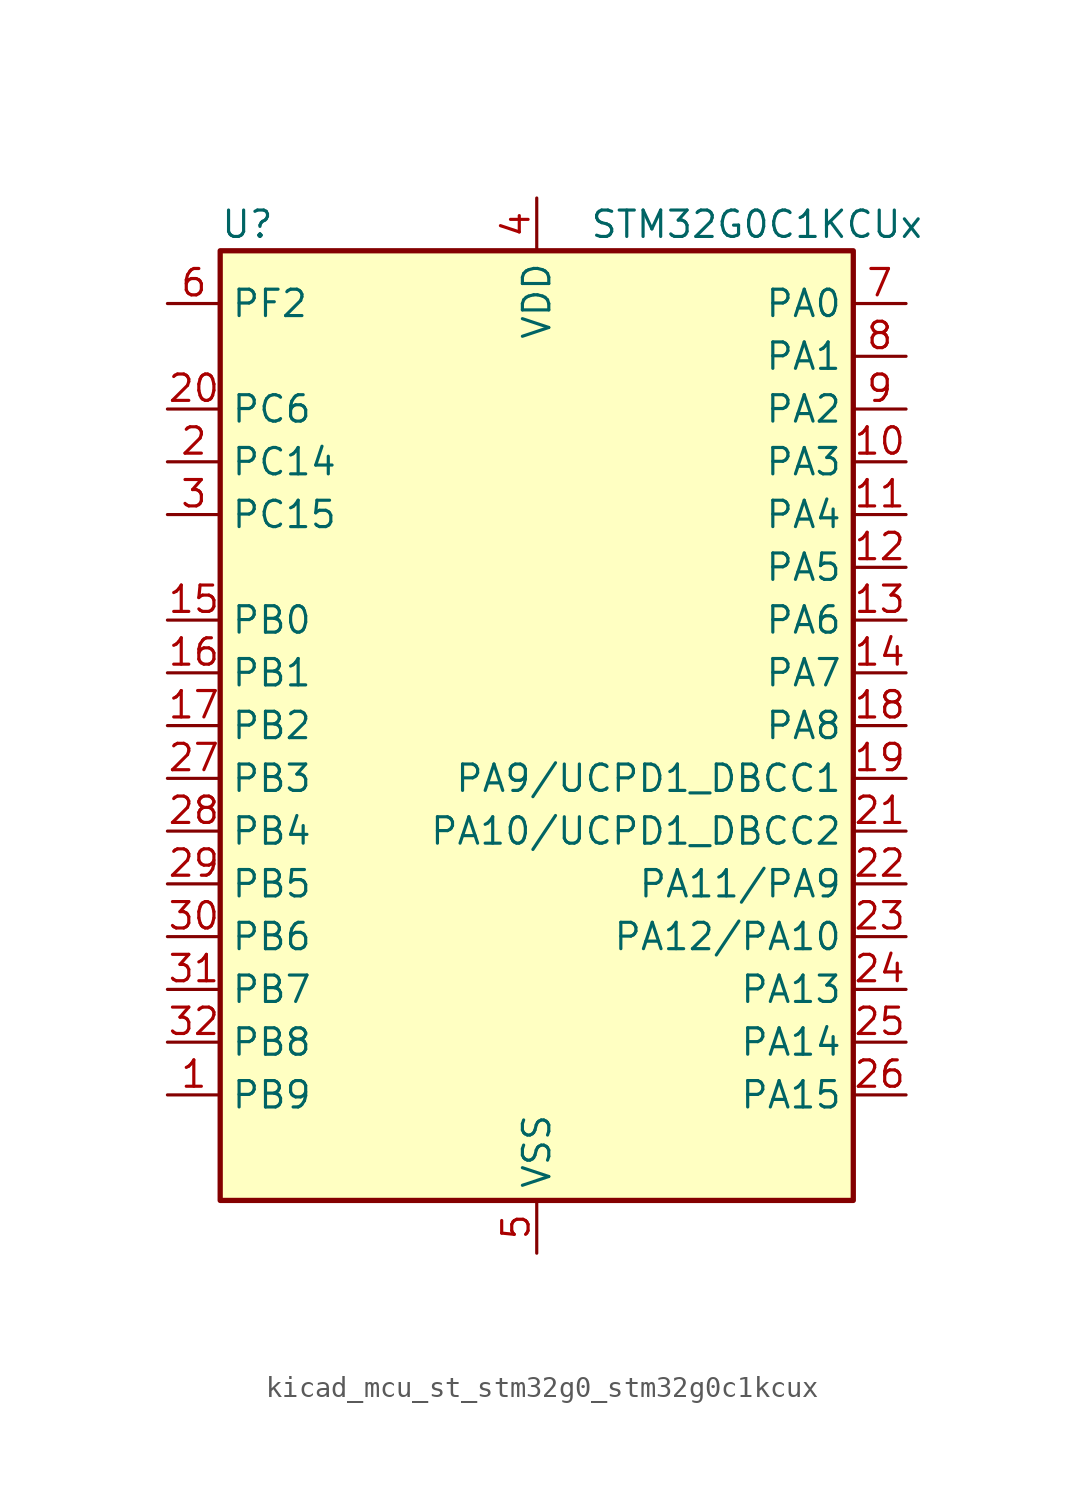
<source format=kicad_sym>
(kicad_symbol_lib
  (version 20220914)
  (generator kicad_symbol_editor)
  (symbol "kicad_mcu_st_stm32g0_stm32g0c1kcux"
    (property "Reference" "U"
      (at -15.24 24.13 0)
      (effects (font (size 1.27 1.27)) (justify left)))
    (property "Value" "STM32G0C1KCUx"
      (at 2.54 24.13 0)
      (effects (font (size 1.27 1.27)) (justify left)))
    (property "ki_locked" ""
      (at 0 0 0)
      (effects (font (size 1.27 1.27))))
    (symbol "kicad_mcu_st_stm32g0_stm32g0c1kcux_0_1"
      (rectangle (start -15.24 -22.86) (end 15.24 22.86) (stroke (width 0.254) (type default)) (fill (type background))))
    (symbol "kicad_mcu_st_stm32g0_stm32g0c1kcux_1_1"
      (pin bidirectional line (at -17.78 -17.78 0) (length 2.54) (name "PB9" (effects (font (size 1.27 1.27)))) (number "1" (effects (font (size 1.27 1.27)))) (alternate "DAC1_EXTI9" bidirectional line) (alternate "FDCAN1_TX" bidirectional line) (alternate "I2C1_SDA" bidirectional line) (alternate "I2S2_WS" bidirectional line) (alternate "IR_OUT" bidirectional line) (alternate "SPI2_NSS" bidirectional line) (alternate "TIM17_CH1" bidirectional line) (alternate "TIM4_CH4" bidirectional line) (alternate "USART3_RX" bidirectional line) (alternate "USART6_RX" bidirectional line))
      (pin bidirectional line (at 17.78 12.7 180) (length 2.54) (name "PA3" (effects (font (size 1.27 1.27)))) (number "10" (effects (font (size 1.27 1.27)))) (alternate "ADC1_IN3" bidirectional line) (alternate "COMP2_INP" bidirectional line) (alternate "I2S2_MCK" bidirectional line) (alternate "LPUART1_RX" bidirectional line) (alternate "SPI2_MISO" bidirectional line) (alternate "TIM15_CH2" bidirectional line) (alternate "TIM2_CH4" bidirectional line) (alternate "USART2_RX" bidirectional line))
      (pin bidirectional line (at 17.78 10.16 180) (length 2.54) (name "PA4" (effects (font (size 1.27 1.27)))) (number "11" (effects (font (size 1.27 1.27)))) (alternate "ADC1_IN4" bidirectional line) (alternate "DAC1_OUT1" bidirectional line) (alternate "I2S1_WS" bidirectional line) (alternate "I2S2_SD" bidirectional line) (alternate "LPTIM2_OUT" bidirectional line) (alternate "RTC_OUT1" bidirectional line) (alternate "RTC_TAMP_IN1" bidirectional line) (alternate "RTC_TS" bidirectional line) (alternate "SPI1_NSS" bidirectional line) (alternate "SPI2_MOSI" bidirectional line) (alternate "SPI3_NSS" bidirectional line) (alternate "SYS_WKUP2" bidirectional line) (alternate "TIM14_CH1" bidirectional line) (alternate "USART6_TX" bidirectional line) (alternate "USB_NOE" bidirectional line))
      (pin bidirectional line (at 17.78 7.62 180) (length 2.54) (name "PA5" (effects (font (size 1.27 1.27)))) (number "12" (effects (font (size 1.27 1.27)))) (alternate "ADC1_IN5" bidirectional line) (alternate "CEC" bidirectional line) (alternate "DAC1_OUT2" bidirectional line) (alternate "I2S1_CK" bidirectional line) (alternate "LPTIM2_ETR" bidirectional line) (alternate "SPI1_SCK" bidirectional line) (alternate "TIM2_CH1" bidirectional line) (alternate "TIM2_ETR" bidirectional line) (alternate "UCPD1_FRSTX1" bidirectional line) (alternate "UCPD1_FRSTX2" bidirectional line) (alternate "USART3_TX" bidirectional line) (alternate "USART6_RX" bidirectional line))
      (pin bidirectional line (at 17.78 5.08 180) (length 2.54) (name "PA6" (effects (font (size 1.27 1.27)))) (number "13" (effects (font (size 1.27 1.27)))) (alternate "ADC1_IN6" bidirectional line) (alternate "COMP1_OUT" bidirectional line) (alternate "I2C2_SDA" bidirectional line) (alternate "I2C3_SDA" bidirectional line) (alternate "I2S1_MCK" bidirectional line) (alternate "LPUART1_CTS" bidirectional line) (alternate "SPI1_MISO" bidirectional line) (alternate "TIM16_CH1" bidirectional line) (alternate "TIM1_BK" bidirectional line) (alternate "TIM3_CH1" bidirectional line) (alternate "USART3_CTS" bidirectional line) (alternate "USART3_NSS" bidirectional line) (alternate "USART6_CTS" bidirectional line) (alternate "USART6_NSS" bidirectional line))
      (pin bidirectional line (at 17.78 2.54 180) (length 2.54) (name "PA7" (effects (font (size 1.27 1.27)))) (number "14" (effects (font (size 1.27 1.27)))) (alternate "ADC1_IN7" bidirectional line) (alternate "COMP2_OUT" bidirectional line) (alternate "I2C2_SCL" bidirectional line) (alternate "I2C3_SCL" bidirectional line) (alternate "I2S1_SD" bidirectional line) (alternate "SPI1_MOSI" bidirectional line) (alternate "TIM14_CH1" bidirectional line) (alternate "TIM17_CH1" bidirectional line) (alternate "TIM1_CH1N" bidirectional line) (alternate "TIM3_CH2" bidirectional line) (alternate "UCPD1_FRSTX1" bidirectional line) (alternate "UCPD1_FRSTX2" bidirectional line) (alternate "USART6_CK" bidirectional line) (alternate "USART6_DE" bidirectional line) (alternate "USART6_RTS" bidirectional line))
      (pin bidirectional line (at -17.78 5.08 0) (length 2.54) (name "PB0" (effects (font (size 1.27 1.27)))) (number "15" (effects (font (size 1.27 1.27)))) (alternate "ADC1_IN8" bidirectional line) (alternate "COMP1_OUT" bidirectional line) (alternate "COMP3_INP" bidirectional line) (alternate "FDCAN2_RX" bidirectional line) (alternate "I2S1_WS" bidirectional line) (alternate "LPTIM1_OUT" bidirectional line) (alternate "LPUART2_CTS" bidirectional line) (alternate "SPI1_NSS" bidirectional line) (alternate "TIM1_CH2N" bidirectional line) (alternate "TIM3_CH3" bidirectional line) (alternate "UCPD1_FRSTX1" bidirectional line) (alternate "UCPD1_FRSTX2" bidirectional line) (alternate "USART3_RX" bidirectional line) (alternate "USART5_TX" bidirectional line))
      (pin bidirectional line (at -17.78 2.54 0) (length 2.54) (name "PB1" (effects (font (size 1.27 1.27)))) (number "16" (effects (font (size 1.27 1.27)))) (alternate "ADC1_IN9" bidirectional line) (alternate "COMP1_INM" bidirectional line) (alternate "COMP3_OUT" bidirectional line) (alternate "FDCAN2_TX" bidirectional line) (alternate "LPTIM2_IN1" bidirectional line) (alternate "LPUART1_DE" bidirectional line) (alternate "LPUART1_RTS" bidirectional line) (alternate "LPUART2_DE" bidirectional line) (alternate "LPUART2_RTS" bidirectional line) (alternate "TIM14_CH1" bidirectional line) (alternate "TIM1_CH3N" bidirectional line) (alternate "TIM3_CH4" bidirectional line) (alternate "USART3_CK" bidirectional line) (alternate "USART3_DE" bidirectional line) (alternate "USART3_RTS" bidirectional line) (alternate "USART5_RX" bidirectional line))
      (pin bidirectional line (at -17.78 0 0) (length 2.54) (name "PB2" (effects (font (size 1.27 1.27)))) (number "17" (effects (font (size 1.27 1.27)))) (alternate "ADC1_IN10" bidirectional line) (alternate "COMP1_INP" bidirectional line) (alternate "COMP3_INM" bidirectional line) (alternate "I2S2_MCK" bidirectional line) (alternate "LPTIM1_OUT" bidirectional line) (alternate "RCC_MCO_2" bidirectional line) (alternate "SPI2_MISO" bidirectional line) (alternate "USART3_TX" bidirectional line))
      (pin bidirectional line (at 17.78 0 180) (length 2.54) (name "PA8" (effects (font (size 1.27 1.27)))) (number "18" (effects (font (size 1.27 1.27)))) (alternate "CRS1_SYNC" bidirectional line) (alternate "I2C2_SMBA" bidirectional line) (alternate "I2S2_WS" bidirectional line) (alternate "LPTIM2_OUT" bidirectional line) (alternate "RCC_MCO" bidirectional line) (alternate "SPI2_NSS" bidirectional line) (alternate "TIM1_CH1" bidirectional line) (alternate "UCPD1_CC1" bidirectional line))
      (pin bidirectional line (at 17.78 -2.54 180) (length 2.54) (name "PA9/UCPD1_DBCC1" (effects (font (size 1.27 1.27)))) (number "19" (effects (font (size 1.27 1.27)))) (alternate "DAC1_EXTI9" bidirectional line) (alternate "I2C1_SCL" bidirectional line) (alternate "I2C2_SCL" bidirectional line) (alternate "I2S2_MCK" bidirectional line) (alternate "RCC_MCO" bidirectional line) (alternate "SPI2_MISO" bidirectional line) (alternate "TIM15_BK" bidirectional line) (alternate "TIM1_CH2" bidirectional line) (alternate "UCPD1_DBCC1" bidirectional line) (alternate "USART1_TX" bidirectional line))
      (pin bidirectional line (at -17.78 12.7 0) (length 2.54) (name "PC14" (effects (font (size 1.27 1.27)))) (number "2" (effects (font (size 1.27 1.27)))) (alternate "RCC_OSC32_IN" bidirectional line) (alternate "RCC_OSC_IN" bidirectional line) (alternate "TIM1_BK2" bidirectional line))
      (pin bidirectional line (at -17.78 15.24 0) (length 2.54) (name "PC6" (effects (font (size 1.27 1.27)))) (number "20" (effects (font (size 1.27 1.27)))) (alternate "LPUART2_TX" bidirectional line) (alternate "TIM2_CH3" bidirectional line) (alternate "TIM3_CH1" bidirectional line) (alternate "UCPD1_FRSTX1" bidirectional line) (alternate "UCPD1_FRSTX2" bidirectional line))
      (pin bidirectional line (at 17.78 -5.08 180) (length 2.54) (name "PA10/UCPD1_DBCC2" (effects (font (size 1.27 1.27)))) (number "21" (effects (font (size 1.27 1.27)))) (alternate "I2C1_SDA" bidirectional line) (alternate "I2C2_SDA" bidirectional line) (alternate "I2S2_SD" bidirectional line) (alternate "RCC_MCO_2" bidirectional line) (alternate "SPI2_MOSI" bidirectional line) (alternate "TIM17_BK" bidirectional line) (alternate "TIM1_CH3" bidirectional line) (alternate "UCPD1_DBCC2" bidirectional line) (alternate "USART1_RX" bidirectional line))
      (pin bidirectional line (at 17.78 -7.62 180) (length 2.54) (name "PA11/PA9" (effects (font (size 1.27 1.27)))) (number "22" (effects (font (size 1.27 1.27)))) (alternate "ADC1_EXTI11" bidirectional line) (alternate "COMP1_OUT" bidirectional line) (alternate "FDCAN1_RX" bidirectional line) (alternate "I2C2_SCL" bidirectional line) (alternate "I2S1_MCK" bidirectional line) (alternate "SPI1_MISO" bidirectional line) (alternate "TIM1_BK2" bidirectional line) (alternate "TIM1_CH4" bidirectional line) (alternate "USART1_CTS" bidirectional line) (alternate "USART1_NSS" bidirectional line) (alternate "USB_DM" bidirectional line))
      (pin bidirectional line (at 17.78 -10.16 180) (length 2.54) (name "PA12/PA10" (effects (font (size 1.27 1.27)))) (number "23" (effects (font (size 1.27 1.27)))) (alternate "COMP2_OUT" bidirectional line) (alternate "FDCAN1_TX" bidirectional line) (alternate "I2C2_SDA" bidirectional line) (alternate "I2S1_SD" bidirectional line) (alternate "I2S_CKIN" bidirectional line) (alternate "SPI1_MOSI" bidirectional line) (alternate "TIM1_ETR" bidirectional line) (alternate "USART1_CK" bidirectional line) (alternate "USART1_DE" bidirectional line) (alternate "USART1_RTS" bidirectional line) (alternate "USB_DP" bidirectional line))
      (pin bidirectional line (at 17.78 -12.7 180) (length 2.54) (name "PA13" (effects (font (size 1.27 1.27)))) (number "24" (effects (font (size 1.27 1.27)))) (alternate "IR_OUT" bidirectional line) (alternate "LPUART2_RX" bidirectional line) (alternate "SYS_SWDIO" bidirectional line) (alternate "USB_NOE" bidirectional line))
      (pin bidirectional line (at 17.78 -15.24 180) (length 2.54) (name "PA14" (effects (font (size 1.27 1.27)))) (number "25" (effects (font (size 1.27 1.27)))) (alternate "LPUART2_TX" bidirectional line) (alternate "SYS_SWCLK" bidirectional line) (alternate "USART2_TX" bidirectional line))
      (pin bidirectional line (at 17.78 -17.78 180) (length 2.54) (name "PA15" (effects (font (size 1.27 1.27)))) (number "26" (effects (font (size 1.27 1.27)))) (alternate "I2C2_SMBA" bidirectional line) (alternate "I2S1_WS" bidirectional line) (alternate "RCC_MCO_2" bidirectional line) (alternate "SPI1_NSS" bidirectional line) (alternate "SPI3_NSS" bidirectional line) (alternate "TIM2_CH1" bidirectional line) (alternate "TIM2_ETR" bidirectional line) (alternate "USART2_RX" bidirectional line) (alternate "USART3_CK" bidirectional line) (alternate "USART3_DE" bidirectional line) (alternate "USART3_RTS" bidirectional line) (alternate "USART4_CK" bidirectional line) (alternate "USART4_DE" bidirectional line) (alternate "USART4_RTS" bidirectional line) (alternate "USB_NOE" bidirectional line))
      (pin bidirectional line (at -17.78 -2.54 0) (length 2.54) (name "PB3" (effects (font (size 1.27 1.27)))) (number "27" (effects (font (size 1.27 1.27)))) (alternate "COMP2_INM" bidirectional line) (alternate "I2C2_SCL" bidirectional line) (alternate "I2C3_SCL" bidirectional line) (alternate "I2S1_CK" bidirectional line) (alternate "SPI1_SCK" bidirectional line) (alternate "SPI3_SCK" bidirectional line) (alternate "TIM1_CH2" bidirectional line) (alternate "TIM2_CH2" bidirectional line) (alternate "USART1_CK" bidirectional line) (alternate "USART1_DE" bidirectional line) (alternate "USART1_RTS" bidirectional line) (alternate "USART5_TX" bidirectional line))
      (pin bidirectional line (at -17.78 -5.08 0) (length 2.54) (name "PB4" (effects (font (size 1.27 1.27)))) (number "28" (effects (font (size 1.27 1.27)))) (alternate "COMP2_INP" bidirectional line) (alternate "I2C2_SDA" bidirectional line) (alternate "I2C3_SDA" bidirectional line) (alternate "I2S1_MCK" bidirectional line) (alternate "SPI1_MISO" bidirectional line) (alternate "SPI3_MISO" bidirectional line) (alternate "TIM17_BK" bidirectional line) (alternate "TIM3_CH1" bidirectional line) (alternate "USART1_CTS" bidirectional line) (alternate "USART1_NSS" bidirectional line) (alternate "USART5_RX" bidirectional line))
      (pin bidirectional line (at -17.78 -7.62 0) (length 2.54) (name "PB5" (effects (font (size 1.27 1.27)))) (number "29" (effects (font (size 1.27 1.27)))) (alternate "COMP2_OUT" bidirectional line) (alternate "FDCAN2_RX" bidirectional line) (alternate "I2C1_SMBA" bidirectional line) (alternate "I2S1_SD" bidirectional line) (alternate "LPTIM1_IN1" bidirectional line) (alternate "SPI1_MOSI" bidirectional line) (alternate "SPI3_MOSI" bidirectional line) (alternate "SYS_WKUP6" bidirectional line) (alternate "TIM16_BK" bidirectional line) (alternate "TIM3_CH2" bidirectional line) (alternate "USART5_CK" bidirectional line) (alternate "USART5_DE" bidirectional line) (alternate "USART5_RTS" bidirectional line))
      (pin bidirectional line (at -17.78 10.16 0) (length 2.54) (name "PC15" (effects (font (size 1.27 1.27)))) (number "3" (effects (font (size 1.27 1.27)))) (alternate "RCC_OSC32_EN" bidirectional line) (alternate "RCC_OSC32_OUT" bidirectional line) (alternate "RCC_OSC_EN" bidirectional line) (alternate "TIM15_BK" bidirectional line))
      (pin bidirectional line (at -17.78 -10.16 0) (length 2.54) (name "PB6" (effects (font (size 1.27 1.27)))) (number "30" (effects (font (size 1.27 1.27)))) (alternate "COMP2_INP" bidirectional line) (alternate "FDCAN2_TX" bidirectional line) (alternate "I2C1_SCL" bidirectional line) (alternate "I2S2_MCK" bidirectional line) (alternate "LPTIM1_ETR" bidirectional line) (alternate "LPUART2_TX" bidirectional line) (alternate "SPI2_MISO" bidirectional line) (alternate "TIM16_CH1N" bidirectional line) (alternate "TIM1_CH3" bidirectional line) (alternate "TIM4_CH1" bidirectional line) (alternate "USART1_TX" bidirectional line) (alternate "USART5_CTS" bidirectional line) (alternate "USART5_NSS" bidirectional line))
      (pin bidirectional line (at -17.78 -12.7 0) (length 2.54) (name "PB7" (effects (font (size 1.27 1.27)))) (number "31" (effects (font (size 1.27 1.27)))) (alternate "COMP2_INM" bidirectional line) (alternate "I2C1_SDA" bidirectional line) (alternate "I2S2_SD" bidirectional line) (alternate "LPTIM1_IN2" bidirectional line) (alternate "LPUART2_RX" bidirectional line) (alternate "SPI2_MOSI" bidirectional line) (alternate "SYS_PVD_IN" bidirectional line) (alternate "TIM17_CH1N" bidirectional line) (alternate "TIM4_CH2" bidirectional line) (alternate "USART1_RX" bidirectional line) (alternate "USART4_CTS" bidirectional line) (alternate "USART4_NSS" bidirectional line))
      (pin bidirectional line (at -17.78 -15.24 0) (length 2.54) (name "PB8" (effects (font (size 1.27 1.27)))) (number "32" (effects (font (size 1.27 1.27)))) (alternate "CEC" bidirectional line) (alternate "FDCAN1_RX" bidirectional line) (alternate "I2C1_SCL" bidirectional line) (alternate "I2S2_CK" bidirectional line) (alternate "SPI2_SCK" bidirectional line) (alternate "TIM15_BK" bidirectional line) (alternate "TIM16_CH1" bidirectional line) (alternate "TIM4_CH3" bidirectional line) (alternate "USART3_TX" bidirectional line) (alternate "USART6_TX" bidirectional line))
      (pin passive line (at 0 -25.4 90) (length 2.54) hide (name "VSS" (effects (font (size 1.27 1.27)))) (number "33" (effects (font (size 1.27 1.27)))))
      (pin power_in line (at 0 25.4 270) (length 2.54) (name "VDD" (effects (font (size 1.27 1.27)))) (number "4" (effects (font (size 1.27 1.27)))))
      (pin power_in line (at 0 -25.4 90) (length 2.54) (name "VSS" (effects (font (size 1.27 1.27)))) (number "5" (effects (font (size 1.27 1.27)))))
      (pin bidirectional line (at -17.78 20.32 0) (length 2.54) (name "PF2" (effects (font (size 1.27 1.27)))) (number "6" (effects (font (size 1.27 1.27)))) (alternate "LPUART2_DE" bidirectional line) (alternate "LPUART2_RTS" bidirectional line) (alternate "LPUART2_TX" bidirectional line) (alternate "RCC_MCO" bidirectional line))
      (pin bidirectional line (at 17.78 20.32 180) (length 2.54) (name "PA0" (effects (font (size 1.27 1.27)))) (number "7" (effects (font (size 1.27 1.27)))) (alternate "ADC1_IN0" bidirectional line) (alternate "COMP1_INM" bidirectional line) (alternate "COMP1_OUT" bidirectional line) (alternate "I2S2_CK" bidirectional line) (alternate "LPTIM1_OUT" bidirectional line) (alternate "RTC_TAMP_IN2" bidirectional line) (alternate "SPI2_SCK" bidirectional line) (alternate "SYS_WKUP1" bidirectional line) (alternate "TIM2_CH1" bidirectional line) (alternate "TIM2_ETR" bidirectional line) (alternate "USART2_CTS" bidirectional line) (alternate "USART2_NSS" bidirectional line) (alternate "USART4_TX" bidirectional line))
      (pin bidirectional line (at 17.78 17.78 180) (length 2.54) (name "PA1" (effects (font (size 1.27 1.27)))) (number "8" (effects (font (size 1.27 1.27)))) (alternate "ADC1_IN1" bidirectional line) (alternate "COMP1_INP" bidirectional line) (alternate "I2C1_SMBA" bidirectional line) (alternate "I2S1_CK" bidirectional line) (alternate "SPI1_SCK" bidirectional line) (alternate "TIM15_CH1N" bidirectional line) (alternate "TIM2_CH2" bidirectional line) (alternate "USART2_CK" bidirectional line) (alternate "USART2_DE" bidirectional line) (alternate "USART2_RTS" bidirectional line) (alternate "USART4_RX" bidirectional line))
      (pin bidirectional line (at 17.78 15.24 180) (length 2.54) (name "PA2" (effects (font (size 1.27 1.27)))) (number "9" (effects (font (size 1.27 1.27)))) (alternate "ADC1_IN2" bidirectional line) (alternate "COMP2_INM" bidirectional line) (alternate "COMP2_OUT" bidirectional line) (alternate "I2S1_SD" bidirectional line) (alternate "LPUART1_TX" bidirectional line) (alternate "RCC_LSCO" bidirectional line) (alternate "SPI1_MOSI" bidirectional line) (alternate "SYS_WKUP4" bidirectional line) (alternate "TIM15_CH1" bidirectional line) (alternate "TIM2_CH3" bidirectional line) (alternate "UCPD1_FRSTX1" bidirectional line) (alternate "UCPD1_FRSTX2" bidirectional line) (alternate "USART2_TX" bidirectional line)))))
</source>
